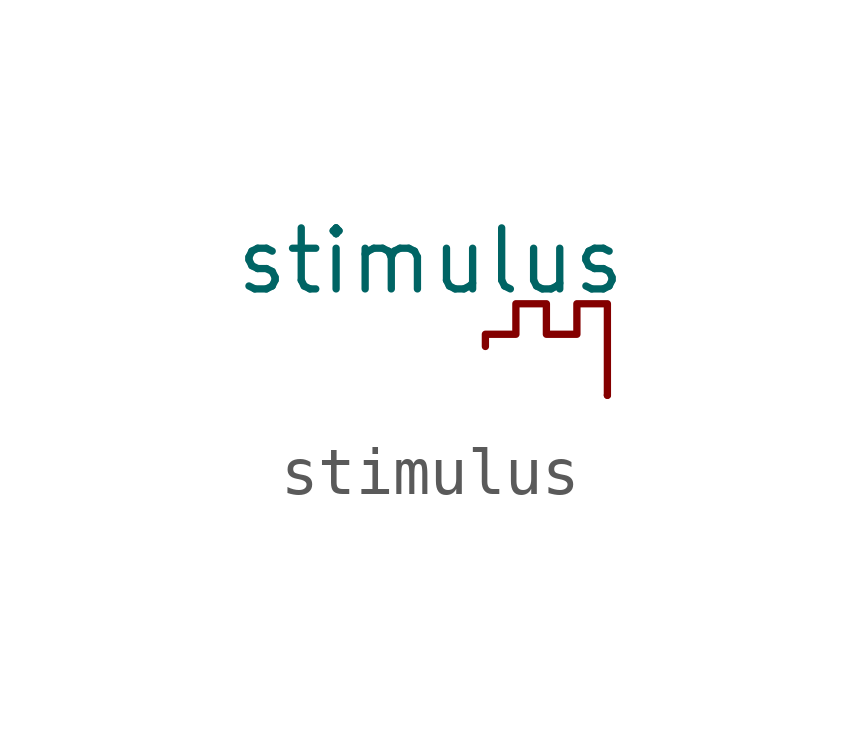
<source format=kicad_sym>
(kicad_symbol_lib
  (version 20231120)
  (generator "kicad_symbol_editor")
  (generator_version "8.0")
  (symbol "stimulus"
    (pin_names
      (offset 1.016))
    (property "Reference" "U"
      (at 0 0 0)
      (effects (font (size 1.27 1.27)) (hide yes)))
    (property "Value" "stimulus"
      (at -1.143 2.794 0)
      (effects (font (size 1.27 1.27))))
    (symbol "stimulus_0_1"
      (polyline (pts (xy 2.54 0) (xy 2.54 1.905) (xy 1.905 1.905) (xy 1.905 1.27) (xy 1.27 1.27) (xy 1.27 1.905) (xy 0.635 1.905) (xy 0.635 1.27) (xy 0 1.27) (xy 0 1.016)) (stroke (width 0) (type solid)) (fill (type none))))
    (symbol "stimulus_1_1"
      (pin input line (at 2.54 0 90) (length 0) (name "~" (effects (font (size 1.27 1.27)))) (number "~" (effects (font (size 1.27 1.27))))))))
</source>
